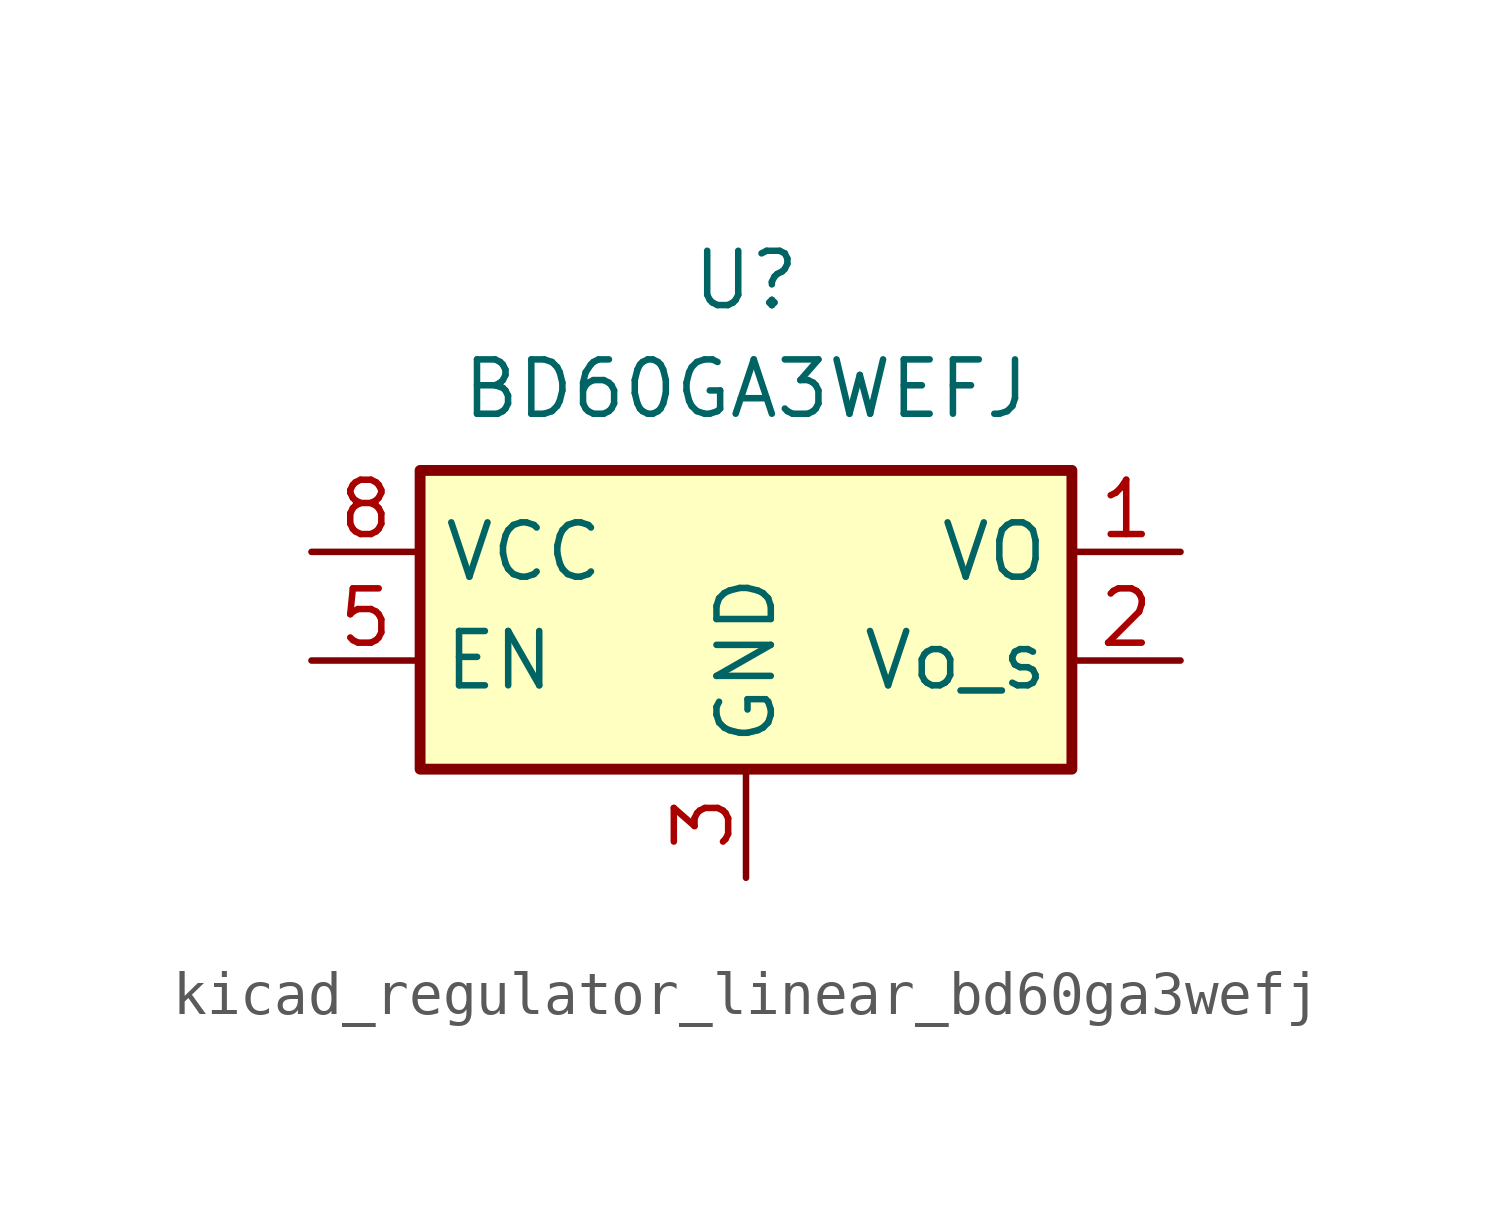
<source format=kicad_sym>
(kicad_symbol_lib
  (version 20220914)
  (generator kicad_symbol_editor)
  (symbol "kicad_regulator_linear_bd60ga3wefj"
    (property "Reference" "U"
      (at 0 6.35 0)
      (effects (font (size 1.27 1.27))))
    (property "Value" "BD60GA3WEFJ"
      (at 0 3.81 0)
      (effects (font (size 1.27 1.27))))
    (symbol "kicad_regulator_linear_bd60ga3wefj_1_1"
      (rectangle (start -7.62 -5.08) (end 7.62 1.905) (stroke (width 0.254) (type default)) (fill (type background)))
      (pin power_out line (at 10.16 0 180) (length 2.54) (name "VO" (effects (font (size 1.27 1.27)))) (number "1" (effects (font (size 1.27 1.27)))))
      (pin input line (at 10.16 -2.54 180) (length 2.54) (name "Vo_s" (effects (font (size 1.27 1.27)))) (number "2" (effects (font (size 1.27 1.27)))))
      (pin power_in line (at 0 -7.62 90) (length 2.54) (name "GND" (effects (font (size 1.27 1.27)))) (number "3" (effects (font (size 1.27 1.27)))))
      (pin passive line (at 0 -7.62 90) (length 2.54) hide (name "GND" (effects (font (size 1.27 1.27)))) (number "4" (effects (font (size 1.27 1.27)))))
      (pin input line (at -10.16 -2.54 0) (length 2.54) (name "EN" (effects (font (size 1.27 1.27)))) (number "5" (effects (font (size 1.27 1.27)))))
      (pin passive line (at 0 -7.62 90) (length 2.54) hide (name "GND" (effects (font (size 1.27 1.27)))) (number "6" (effects (font (size 1.27 1.27)))))
      (pin passive line (at 0 -7.62 90) (length 2.54) hide (name "GND" (effects (font (size 1.27 1.27)))) (number "7" (effects (font (size 1.27 1.27)))))
      (pin power_in line (at -10.16 0 0) (length 2.54) (name "VCC" (effects (font (size 1.27 1.27)))) (number "8" (effects (font (size 1.27 1.27)))))
      (pin passive line (at 0 -7.62 90) (length 2.54) hide (name "GND" (effects (font (size 1.27 1.27)))) (number "9" (effects (font (size 1.27 1.27))))))))
</source>
